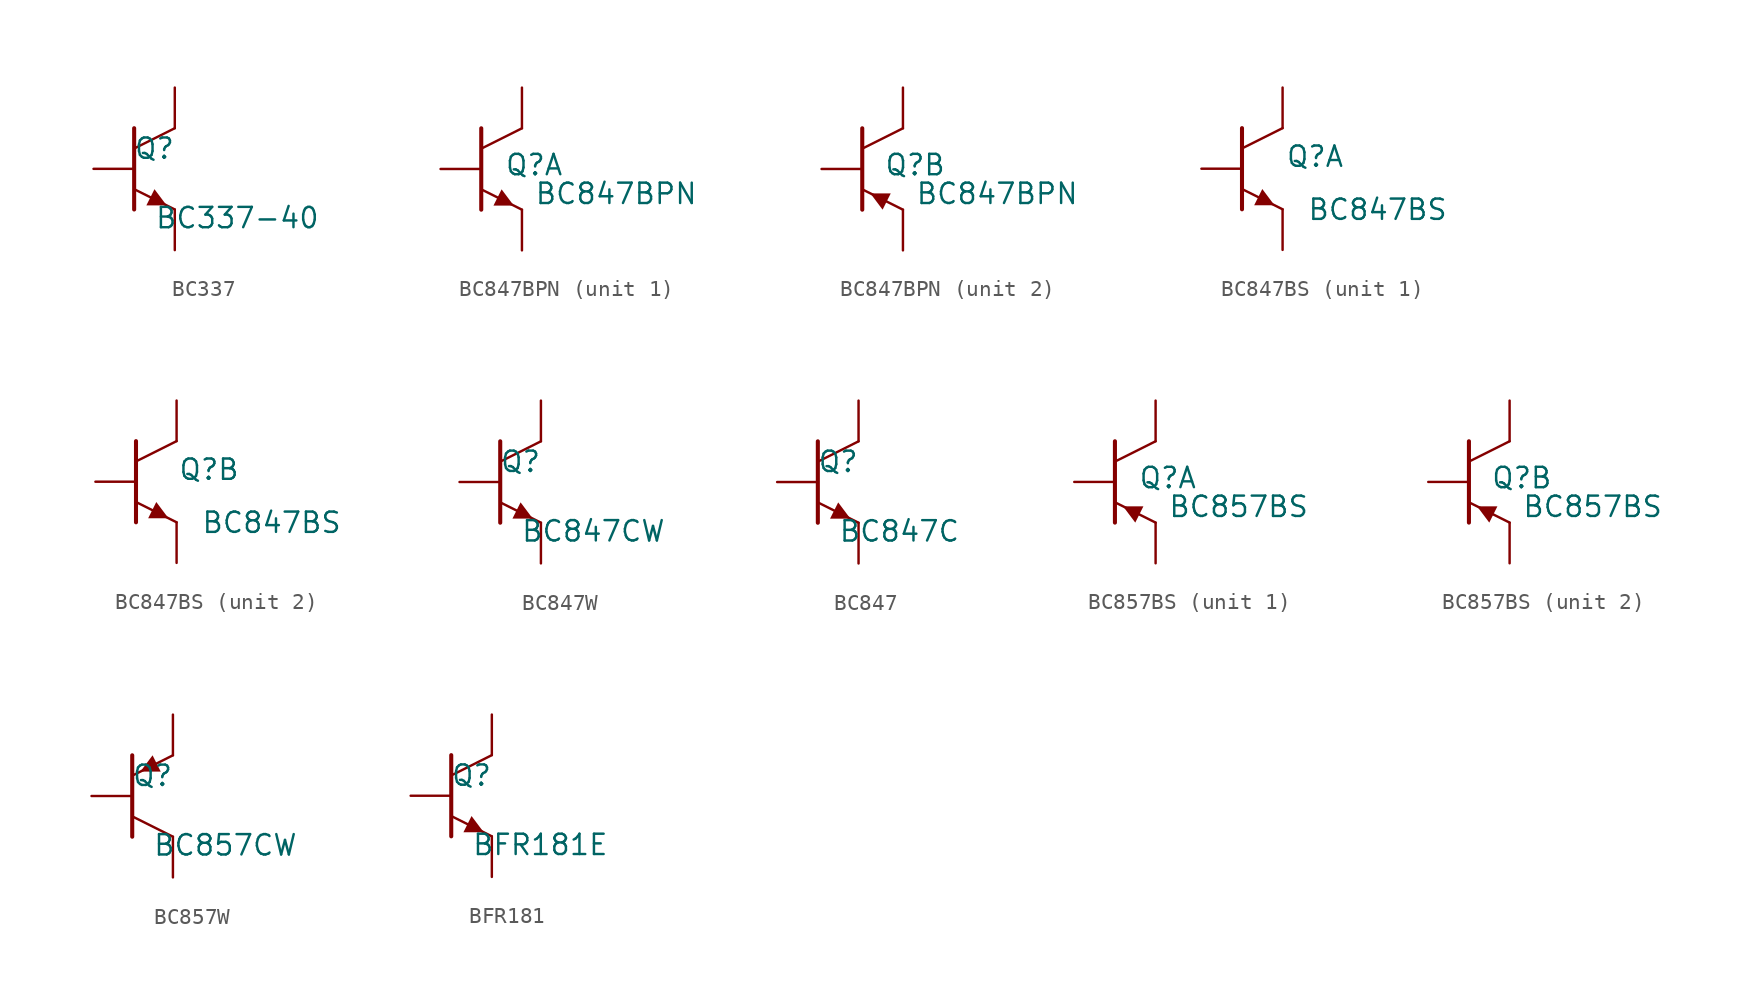
<source format=kicad_sym>
(kicad_symbol_lib
  (version 20231120)
  (generator "kicad_symbol_editor")
  (generator_version "8.0")
  (symbol "BC337"
    (property "Reference" "Q"
      (at -1.27 1.27 0)
      (effects (font (size 1.27 1.27))))
    (property "Value" "BC337-40"
      (at -1.27 -3.81 0)
      (effects (font (size 1.27 1.27)) (justify left bottom)))
    (symbol "BC337_1_0"
      (polyline (pts (xy -2.54 2.54) (xy -2.54 -2.54)) (stroke (width 0.254) (type solid)) (fill (type none)))
      (polyline (pts (xy 0 -2.54) (xy -2.54 -1.27)) (stroke (width 0.152) (type solid)) (fill (type none)))
      (polyline (pts (xy 0 2.54) (xy -2.54 1.27)) (stroke (width 0.152) (type solid)) (fill (type none)))
      (polyline (pts (xy -0.508 -2.286) (xy -1.778 -2.286) (xy -1.27 -1.27) (xy -0.508 -2.286) (xy -0.508 -2.286)) (stroke (width -0.0001) (type solid)) (fill (type outline)))
      (pin passive line (at 0 5.08 270) (length 2.54) (name "C" (effects (font (size 0 0)))) (number "1" (effects (font (size 0 0)))))
      (pin passive line (at -5.08 0 0) (length 2.54) (name "B" (effects (font (size 0 0)))) (number "2" (effects (font (size 0 0)))))
      (pin passive line (at 0 -5.08 90) (length 2.54) (name "E" (effects (font (size 0 0)))) (number "3" (effects (font (size 0 0)))))))
  (symbol "BC847BPN"
    (property "Reference" "Q"
      (at 3.302 0.254 0)
      (effects (font (size 1.27 1.27))))
    (property "Value" "BC847BPN"
      (at 3.302 -2.286 0)
      (effects (font (size 1.27 1.27)) (justify left bottom)))
    (symbol "BC847BPN_1_0"
      (polyline (pts (xy 0 2.54) (xy 0 -2.54)) (stroke (width 0.254) (type solid)) (fill (type none)))
      (polyline (pts (xy 2.54 -2.54) (xy 0 -1.27)) (stroke (width 0.152) (type solid)) (fill (type none)))
      (polyline (pts (xy 2.54 2.54) (xy 0 1.27)) (stroke (width 0.152) (type solid)) (fill (type none)))
      (polyline (pts (xy 2.032 -2.286) (xy 0.762 -2.286) (xy 1.27 -1.27) (xy 2.032 -2.286) (xy 2.032 -2.286)) (stroke (width -0.0001) (type solid)) (fill (type outline)))
      (pin passive line (at 2.54 -5.08 90) (length 2.54) (name "E" (effects (font (size 0 0)))) (number "1" (effects (font (size 0 0)))))
      (pin passive line (at -2.54 0 0) (length 2.54) (name "B" (effects (font (size 0 0)))) (number "2" (effects (font (size 0 0)))))
      (pin passive line (at 2.54 5.08 270) (length 2.54) (name "C" (effects (font (size 0 0)))) (number "6" (effects (font (size 0 0))))))
    (symbol "BC847BPN_2_0"
      (polyline (pts (xy 0 2.54) (xy 0 -2.54)) (stroke (width 0.254) (type solid)) (fill (type none)))
      (polyline (pts (xy 2.54 -2.54) (xy 0 -1.27)) (stroke (width 0.152) (type solid)) (fill (type none)))
      (polyline (pts (xy 2.54 2.54) (xy 0 1.27)) (stroke (width 0.152) (type solid)) (fill (type none)))
      (polyline (pts (xy 0.508 -1.524) (xy 1.778 -1.524) (xy 1.27 -2.54) (xy 0.508 -1.524) (xy 0.508 -1.524)) (stroke (width -0.0001) (type solid)) (fill (type outline)))
      (pin passive line (at 2.54 5.08 270) (length 2.54) (name "C" (effects (font (size 0 0)))) (number "3" (effects (font (size 0 0)))))
      (pin passive line (at 2.54 -5.08 90) (length 2.54) (name "E" (effects (font (size 0 0)))) (number "4" (effects (font (size 0 0)))))
      (pin passive line (at -2.54 0 0) (length 2.54) (name "B" (effects (font (size 0 0)))) (number "5" (effects (font (size 0 0)))))))
  (symbol "BC847BS"
    (property "Reference" "Q"
      (at 4.572 0.762 0)
      (effects (font (size 1.27 1.27))))
    (property "Value" "BC847BS"
      (at 4.064 -3.302 0)
      (effects (font (size 1.27 1.27)) (justify left bottom)))
    (symbol "BC847BS_1_0"
      (polyline (pts (xy 0 2.54) (xy 0 -2.54)) (stroke (width 0.254) (type solid) (color 132 0 0 1)) (fill (type none)))
      (polyline (pts (xy 2.54 -2.54) (xy 0 -1.27)) (stroke (width 0.152) (type solid)) (fill (type none)))
      (polyline (pts (xy 2.54 2.54) (xy 0 1.27)) (stroke (width 0.152) (type solid)) (fill (type none)))
      (polyline (pts (xy 2.032 -2.286) (xy 0.762 -2.286) (xy 1.27 -1.27) (xy 2.032 -2.286) (xy 2.032 -2.286)) (stroke (width -0.0001) (type solid) (color 132 0 0 1)) (fill (type outline)))
      (pin passive line (at 2.54 -5.08 90) (length 2.54) (name "E" (effects (font (size 0 0)))) (number "1" (effects (font (size 0 0)))))
      (pin passive line (at -2.54 0 0) (length 2.54) (name "B" (effects (font (size 0 0)))) (number "2" (effects (font (size 0 0)))))
      (pin passive line (at 2.54 5.08 270) (length 2.54) (name "C" (effects (font (size 0 0)))) (number "6" (effects (font (size 0 0))))))
    (symbol "BC847BS_2_0"
      (polyline (pts (xy 0 2.54) (xy 0 -2.54)) (stroke (width 0.254) (type solid)) (fill (type none)))
      (polyline (pts (xy 2.54 -2.54) (xy 0 -1.27)) (stroke (width 0.152) (type solid)) (fill (type none)))
      (polyline (pts (xy 2.54 2.54) (xy 0 1.27)) (stroke (width 0.152) (type solid)) (fill (type none)))
      (polyline (pts (xy 2.032 -2.286) (xy 0.762 -2.286) (xy 1.27 -1.27) (xy 2.032 -2.286) (xy 2.032 -2.286)) (stroke (width -0.0001) (type solid)) (fill (type outline)))
      (pin passive line (at 2.54 5.08 270) (length 2.54) (name "C" (effects (font (size 0 0)))) (number "3" (effects (font (size 0 0)))))
      (pin passive line (at 2.54 -5.08 90) (length 2.54) (name "E" (effects (font (size 0 0)))) (number "4" (effects (font (size 0 0)))))
      (pin passive line (at -2.54 0 0) (length 2.54) (name "B" (effects (font (size 0 0)))) (number "5" (effects (font (size 0 0)))))))
  (symbol "BC847W"
    (property "Reference" "Q"
      (at -1.27 1.27 0)
      (effects (font (size 1.27 1.27))))
    (property "Value" "BC847CW"
      (at -1.27 -3.81 0)
      (effects (font (size 1.27 1.27)) (justify left bottom)))
    (symbol "BC847W_1_0"
      (polyline (pts (xy -2.54 2.54) (xy -2.54 -2.54)) (stroke (width 0.254) (type solid)) (fill (type none)))
      (polyline (pts (xy 0 -2.54) (xy -2.54 -1.27)) (stroke (width 0.152) (type solid)) (fill (type none)))
      (polyline (pts (xy 0 2.54) (xy -2.54 1.27)) (stroke (width 0.152) (type solid)) (fill (type none)))
      (polyline (pts (xy -0.508 -2.286) (xy -1.778 -2.286) (xy -1.27 -1.27) (xy -0.508 -2.286) (xy -0.508 -2.286)) (stroke (width -0.0001) (type solid)) (fill (type outline)))
      (pin passive line (at -5.08 0 0) (length 2.54) (name "B" (effects (font (size 0 0)))) (number "1" (effects (font (size 0 0)))))
      (pin passive line (at 0 -5.08 90) (length 2.54) (name "E" (effects (font (size 0 0)))) (number "2" (effects (font (size 0 0)))))
      (pin passive line (at 0 5.08 270) (length 2.54) (name "C" (effects (font (size 0 0)))) (number "3" (effects (font (size 0 0)))))))
  (symbol "BC847"
    (property "Reference" "Q"
      (at -1.27 1.27 0)
      (effects (font (size 1.27 1.27))))
    (property "Value" "BC847C"
      (at -1.27 -3.81 0)
      (effects (font (size 1.27 1.27)) (justify left bottom)))
    (symbol "BC847_1_0"
      (polyline (pts (xy -2.54 2.54) (xy -2.54 -2.54)) (stroke (width 0.254) (type solid)) (fill (type none)))
      (polyline (pts (xy 0 -2.54) (xy -2.54 -1.27)) (stroke (width 0.152) (type solid)) (fill (type none)))
      (polyline (pts (xy 0 2.54) (xy -2.54 1.27)) (stroke (width 0.152) (type solid)) (fill (type none)))
      (polyline (pts (xy -0.508 -2.286) (xy -1.778 -2.286) (xy -1.27 -1.27) (xy -0.508 -2.286) (xy -0.508 -2.286)) (stroke (width -0.0001) (type solid)) (fill (type outline)))
      (pin passive line (at -5.08 0 0) (length 2.54) (name "B" (effects (font (size 0 0)))) (number "1" (effects (font (size 0 0)))))
      (pin passive line (at 0 -5.08 90) (length 2.54) (name "E" (effects (font (size 0 0)))) (number "2" (effects (font (size 0 0)))))
      (pin passive line (at 0 5.08 270) (length 2.54) (name "C" (effects (font (size 0 0)))) (number "3" (effects (font (size 0 0)))))))
  (symbol "BC857BS"
    (property "Reference" "Q"
      (at 3.302 0.254 0)
      (effects (font (size 1.27 1.27))))
    (property "Value" "BC857BS"
      (at 3.302 -2.286 0)
      (effects (font (size 1.27 1.27)) (justify left bottom)))
    (symbol "BC857BS_1_0"
      (polyline (pts (xy 0 2.54) (xy 0 -2.54)) (stroke (width 0.254) (type solid)) (fill (type none)))
      (polyline (pts (xy 2.54 -2.54) (xy 0 -1.27)) (stroke (width 0.152) (type solid)) (fill (type none)))
      (polyline (pts (xy 2.54 2.54) (xy 0 1.27)) (stroke (width 0.152) (type solid)) (fill (type none)))
      (polyline (pts (xy 0.508 -1.524) (xy 1.778 -1.524) (xy 1.27 -2.54) (xy 0.508 -1.524) (xy 0.508 -1.524)) (stroke (width -0.0001) (type solid)) (fill (type outline)))
      (pin passive line (at 2.54 -5.08 90) (length 2.54) (name "E" (effects (font (size 0 0)))) (number "1" (effects (font (size 0 0)))))
      (pin passive line (at -2.54 0 0) (length 2.54) (name "B" (effects (font (size 0 0)))) (number "2" (effects (font (size 0 0)))))
      (pin passive line (at 2.54 5.08 270) (length 2.54) (name "C" (effects (font (size 0 0)))) (number "6" (effects (font (size 0 0))))))
    (symbol "BC857BS_2_0"
      (polyline (pts (xy 0 2.54) (xy 0 -2.54)) (stroke (width 0.254) (type solid)) (fill (type none)))
      (polyline (pts (xy 2.54 -2.54) (xy 0 -1.27)) (stroke (width 0.152) (type solid)) (fill (type none)))
      (polyline (pts (xy 2.54 2.54) (xy 0 1.27)) (stroke (width 0.152) (type solid)) (fill (type none)))
      (polyline (pts (xy 0.508 -1.524) (xy 1.778 -1.524) (xy 1.27 -2.54) (xy 0.508 -1.524) (xy 0.508 -1.524)) (stroke (width -0.0001) (type solid)) (fill (type outline)))
      (pin passive line (at 2.54 5.08 270) (length 2.54) (name "C" (effects (font (size 0 0)))) (number "3" (effects (font (size 0 0)))))
      (pin passive line (at 2.54 -5.08 90) (length 2.54) (name "E" (effects (font (size 0 0)))) (number "4" (effects (font (size 0 0)))))
      (pin passive line (at -2.54 0 0) (length 2.54) (name "B" (effects (font (size 0 0)))) (number "5" (effects (font (size 0 0)))))))
  (symbol "BC857W"
    (property "Reference" "Q"
      (at -1.27 1.27 0)
      (effects (font (size 1.27 1.27))))
    (property "Value" "BC857CW"
      (at -1.27 -3.81 0)
      (effects (font (size 1.27 1.27)) (justify left bottom)))
    (symbol "BC857W_1_0"
      (polyline (pts (xy -2.54 -2.54) (xy -2.54 2.54)) (stroke (width 0.254) (type solid)) (fill (type none)))
      (polyline (pts (xy 0 -2.54) (xy -2.54 -1.27)) (stroke (width 0.152) (type solid)) (fill (type none)))
      (polyline (pts (xy 0 2.54) (xy -2.54 1.27)) (stroke (width 0.152) (type solid)) (fill (type none)))
      (polyline (pts (xy -2.032 1.524) (xy -0.762 1.524) (xy -1.27 2.54) (xy -2.032 1.524) (xy -2.032 1.524)) (stroke (width -0.0001) (type solid)) (fill (type outline)))
      (pin passive line (at -5.08 0 0) (length 2.54) (name "B" (effects (font (size 0 0)))) (number "1" (effects (font (size 0 0)))))
      (pin passive line (at 0 5.08 270) (length 2.54) (name "E" (effects (font (size 0 0)))) (number "2" (effects (font (size 0 0)))))
      (pin passive line (at 0 -5.08 90) (length 2.54) (name "C" (effects (font (size 0 0)))) (number "3" (effects (font (size 0 0)))))))
  (symbol "BFR181"
    (property "Reference" "Q"
      (at -1.27 1.27 0)
      (effects (font (size 1.27 1.27))))
    (property "Value" "BFR181E"
      (at -1.27 -3.81 0)
      (effects (font (size 1.27 1.27)) (justify left bottom)))
    (symbol "BFR181_1_0"
      (polyline (pts (xy -2.54 2.54) (xy -2.54 -2.54)) (stroke (width 0.254) (type solid)) (fill (type none)))
      (polyline (pts (xy 0 -2.54) (xy -2.54 -1.27)) (stroke (width 0.152) (type solid)) (fill (type none)))
      (polyline (pts (xy 0 2.54) (xy -2.54 1.27)) (stroke (width 0.152) (type solid)) (fill (type none)))
      (polyline (pts (xy -0.508 -2.286) (xy -1.778 -2.286) (xy -1.27 -1.27) (xy -0.508 -2.286) (xy -0.508 -2.286)) (stroke (width -0.0001) (type solid)) (fill (type outline)))
      (pin passive line (at -5.08 0 0) (length 2.54) (name "B" (effects (font (size 0 0)))) (number "1" (effects (font (size 0 0)))))
      (pin passive line (at 0 -5.08 90) (length 2.54) (name "E" (effects (font (size 0 0)))) (number "2" (effects (font (size 0 0)))))
      (pin passive line (at 0 5.08 270) (length 2.54) (name "C" (effects (font (size 0 0)))) (number "3" (effects (font (size 0 0))))))))
</source>
